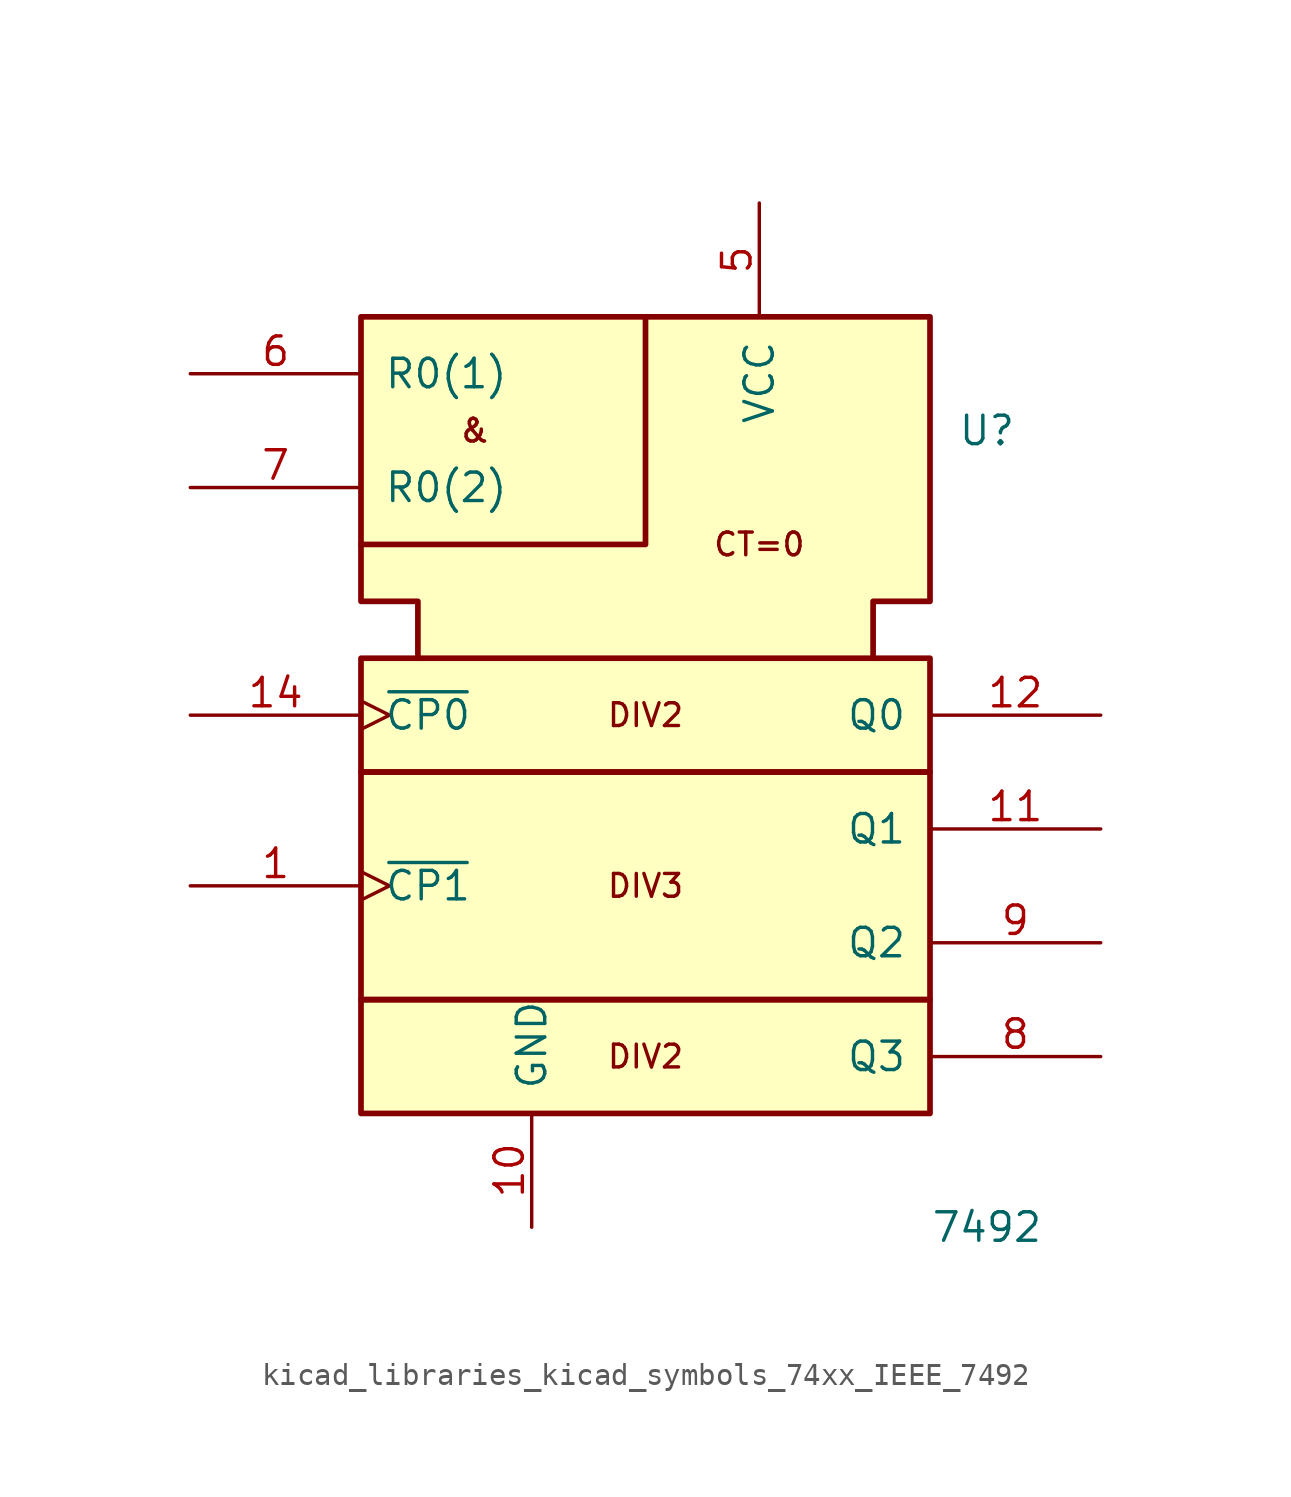
<source format=kicad_sym>
(kicad_symbol_lib
  (version 20220914)
  (generator kicad_symbol_editor)
  (symbol "kicad_libraries_kicad_symbols_74xx_IEEE_7492"
    (pin_names
      (offset 1.016))
    (property "Reference" "U"
      (at 15.24 12.7 0)
      (effects (font (size 1.27 1.27))))
    (property "Value" "7492"
      (at 15.24 -22.86 0)
      (effects (font (size 1.27 1.27))))
    (symbol "kicad_libraries_kicad_symbols_74xx_IEEE_7492_0_0"
      (rectangle (start -12.7 -12.7) (end 12.7 -17.78) (stroke (width 0.254) (type default)) (fill (type background)))
      (rectangle (start -12.7 -2.54) (end 12.7 -12.7) (stroke (width 0.254) (type default)) (fill (type background)))
      (rectangle (start -12.7 2.54) (end 12.7 -2.54) (stroke (width 0.254) (type default)) (fill (type background)))
      (polyline (pts (xy 0 17.78) (xy 0 7.62) (xy -12.7 7.62) (xy -12.7 7.62)) (stroke (width 0.254) (type default)) (fill (type background)))
      (polyline (pts (xy -10.16 2.54) (xy -10.16 5.08) (xy -12.7 5.08) (xy -12.7 17.78) (xy 12.7 17.78) (xy 12.7 5.08) (xy 10.16 5.08) (xy 10.16 2.54) (xy 10.16 2.54)) (stroke (width 0.254) (type default)) (fill (type background)))
      (text "&" (at -7.62 12.7 0) (effects (font (size 1.016 1.016))))
      (text "CT=0" (at 5.08 7.62 0) (effects (font (size 1.016 1.016))))
      (text "DIV2" (at 0 -15.24 0) (effects (font (size 1.016 1.016))))
      (text "DIV2" (at 0 0 0) (effects (font (size 1.016 1.016))))
      (text "DIV3" (at 0 -7.62 0) (effects (font (size 1.016 1.016))))
      (pin power_in line (at -5.08 -22.86 90) (length 5.08) (name "GND" (effects (font (size 1.27 1.27)))) (number "10" (effects (font (size 1.27 1.27)))))
      (pin power_in line (at 5.08 22.86 270) (length 5.08) (name "VCC" (effects (font (size 1.27 1.27)))) (number "5" (effects (font (size 1.27 1.27))))))
    (symbol "kicad_libraries_kicad_symbols_74xx_IEEE_7492_1_1"
      (pin input clock (at -20.32 -7.62 0) (length 7.62) (name "~{CP1}" (effects (font (size 1.27 1.27)))) (number "1" (effects (font (size 1.27 1.27)))))
      (pin output line (at 20.32 -5.08 180) (length 7.62) (name "Q1" (effects (font (size 1.27 1.27)))) (number "11" (effects (font (size 1.27 1.27)))))
      (pin output line (at 20.32 0 180) (length 7.62) (name "Q0" (effects (font (size 1.27 1.27)))) (number "12" (effects (font (size 1.27 1.27)))))
      (pin input clock (at -20.32 0 0) (length 7.62) (name "~{CP0}" (effects (font (size 1.27 1.27)))) (number "14" (effects (font (size 1.27 1.27)))))
      (pin input line (at -20.32 15.24 0) (length 7.62) (name "R0(1)" (effects (font (size 1.27 1.27)))) (number "6" (effects (font (size 1.27 1.27)))))
      (pin input line (at -20.32 10.16 0) (length 7.62) (name "R0(2)" (effects (font (size 1.27 1.27)))) (number "7" (effects (font (size 1.27 1.27)))))
      (pin output line (at 20.32 -15.24 180) (length 7.62) (name "Q3" (effects (font (size 1.27 1.27)))) (number "8" (effects (font (size 1.27 1.27)))))
      (pin output line (at 20.32 -10.16 180) (length 7.62) (name "Q2" (effects (font (size 1.27 1.27)))) (number "9" (effects (font (size 1.27 1.27))))))))
</source>
